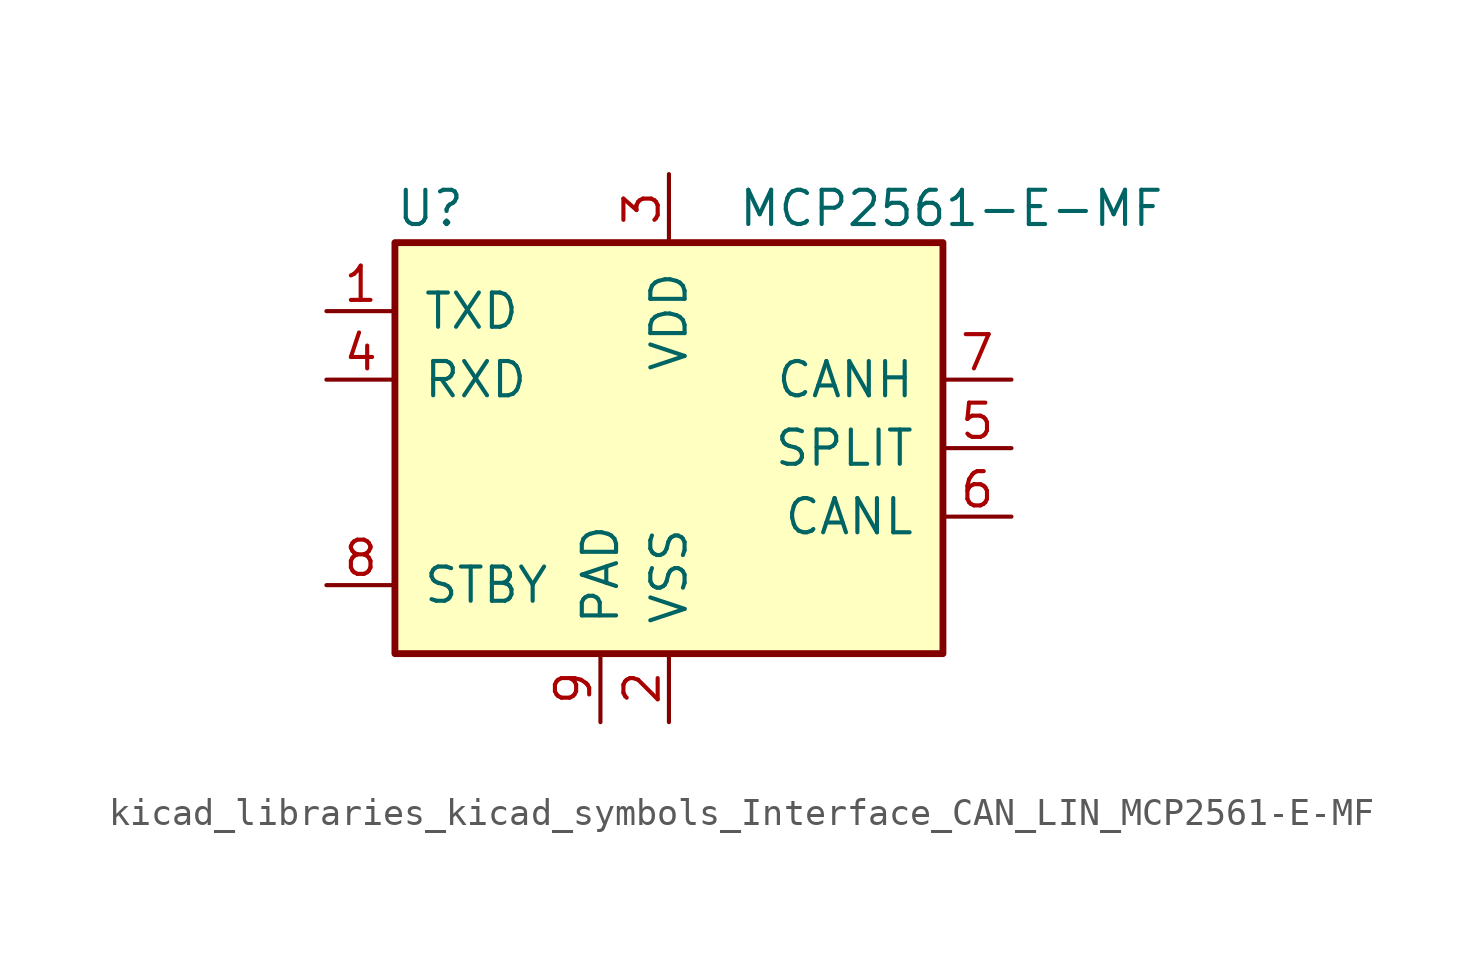
<source format=kicad_sym>
(kicad_symbol_lib
  (version 20220914)
  (generator kicad_symbol_editor)
  (symbol "kicad_libraries_kicad_symbols_Interface_CAN_LIN_MCP2561-E-MF"
    (pin_names
      (offset 1.016))
    (property "Reference" "U"
      (at -10.16 8.89 0)
      (effects (font (size 1.27 1.27)) (justify left)))
    (property "Value" "MCP2561-E-MF"
      (at 2.54 8.89 0)
      (effects (font (size 1.27 1.27)) (justify left)))
    (symbol "kicad_libraries_kicad_symbols_Interface_CAN_LIN_MCP2561-E-MF_0_1"
      (rectangle (start -10.16 7.62) (end 10.16 -7.62) (stroke (width 0.254) (type default)) (fill (type background))))
    (symbol "kicad_libraries_kicad_symbols_Interface_CAN_LIN_MCP2561-E-MF_1_1"
      (pin input line (at -12.7 5.08 0) (length 2.54) (name "TXD" (effects (font (size 1.27 1.27)))) (number "1" (effects (font (size 1.27 1.27)))))
      (pin power_in line (at 0 -10.16 90) (length 2.54) (name "VSS" (effects (font (size 1.27 1.27)))) (number "2" (effects (font (size 1.27 1.27)))))
      (pin power_in line (at 0 10.16 270) (length 2.54) (name "VDD" (effects (font (size 1.27 1.27)))) (number "3" (effects (font (size 1.27 1.27)))))
      (pin output line (at -12.7 2.54 0) (length 2.54) (name "RXD" (effects (font (size 1.27 1.27)))) (number "4" (effects (font (size 1.27 1.27)))))
      (pin passive line (at 12.7 0 180) (length 2.54) (name "SPLIT" (effects (font (size 1.27 1.27)))) (number "5" (effects (font (size 1.27 1.27)))))
      (pin bidirectional line (at 12.7 -2.54 180) (length 2.54) (name "CANL" (effects (font (size 1.27 1.27)))) (number "6" (effects (font (size 1.27 1.27)))))
      (pin bidirectional line (at 12.7 2.54 180) (length 2.54) (name "CANH" (effects (font (size 1.27 1.27)))) (number "7" (effects (font (size 1.27 1.27)))))
      (pin input line (at -12.7 -5.08 0) (length 2.54) (name "STBY" (effects (font (size 1.27 1.27)))) (number "8" (effects (font (size 1.27 1.27)))))
      (pin power_in line (at -2.54 -10.16 90) (length 2.54) (name "PAD" (effects (font (size 1.27 1.27)))) (number "9" (effects (font (size 1.27 1.27))))))))
</source>
